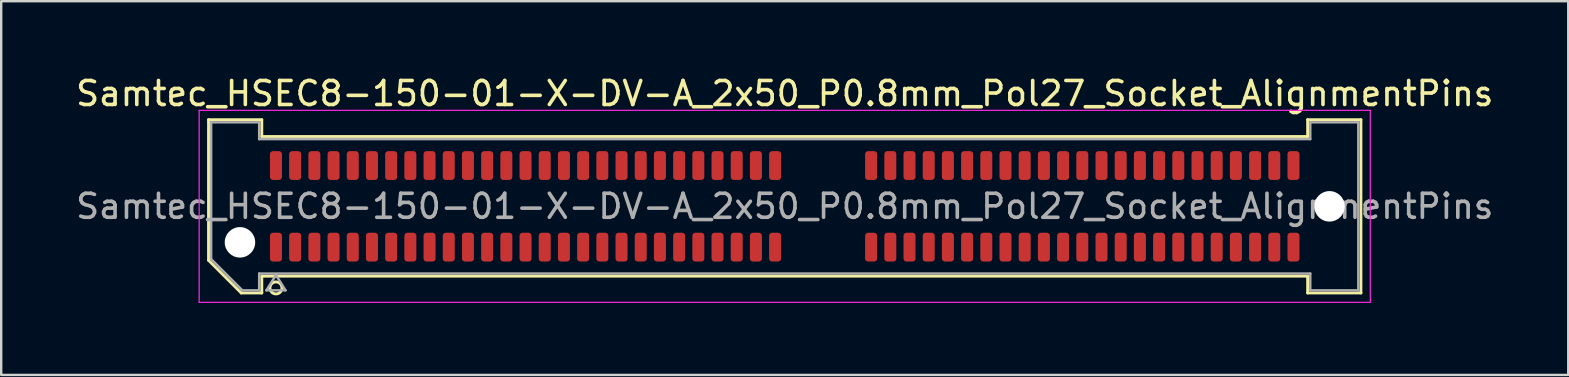
<source format=kicad_pcb>
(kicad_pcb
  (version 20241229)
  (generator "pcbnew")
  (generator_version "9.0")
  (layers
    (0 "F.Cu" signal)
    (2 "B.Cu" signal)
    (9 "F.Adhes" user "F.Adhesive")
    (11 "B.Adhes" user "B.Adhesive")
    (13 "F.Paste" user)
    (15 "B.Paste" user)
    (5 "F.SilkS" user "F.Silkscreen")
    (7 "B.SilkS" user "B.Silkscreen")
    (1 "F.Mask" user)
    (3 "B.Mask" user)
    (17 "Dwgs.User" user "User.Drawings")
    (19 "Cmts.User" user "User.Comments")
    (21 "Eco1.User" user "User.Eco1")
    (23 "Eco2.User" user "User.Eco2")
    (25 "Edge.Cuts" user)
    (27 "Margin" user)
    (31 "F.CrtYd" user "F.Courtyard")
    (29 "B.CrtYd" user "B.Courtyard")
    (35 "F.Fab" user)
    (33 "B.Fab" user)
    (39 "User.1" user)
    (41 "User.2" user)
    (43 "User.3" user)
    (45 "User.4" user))
  (footprint "Samtec_HSEC8-150-01-X-DV-A_2x50_P0.8mm_Pol27_Socket_AlignmentPins"
    (layer "F.Cu")
    (at 29.649 5.548)
    (property "Reference" "Samtec_HSEC8-150-01-X-DV-A_2x50_P0.8mm_Pol27_Socket_AlignmentPins" (at 0 -4.7 0) (layer "F.SilkS") (effects (font (size 1 1) (thickness 0.15))))
    (attr smd)
    (fp_line (start -24.01 -3.61) (end -21.79 -3.61) (stroke (width 0.12) (type solid)) (layer "F.SilkS"))
    (fp_line (start -24.01 2.246) (end -24.01 -3.61) (stroke (width 0.12) (type solid)) (layer "F.SilkS"))
    (fp_line (start -22.646 3.61) (end -24.01 2.246) (stroke (width 0.12) (type solid)) (layer "F.SilkS"))
    (fp_line (start -21.79 -3.61) (end -21.79 -2.91) (stroke (width 0.12) (type solid)) (layer "F.SilkS"))
    (fp_line (start -21.79 -2.91) (end 21.79 -2.91) (stroke (width 0.12) (type solid)) (layer "F.SilkS"))
    (fp_line (start -21.79 2.91) (end -21.79 3.61) (stroke (width 0.12) (type solid)) (layer "F.SilkS"))
    (fp_line (start -21.79 3.61) (end -22.646 3.61) (stroke (width 0.12) (type solid)) (layer "F.SilkS"))
    (fp_line (start 21.79 -3.61) (end 24.01 -3.61) (stroke (width 0.12) (type solid)) (layer "F.SilkS"))
    (fp_line (start 21.79 -2.91) (end 21.79 -3.61) (stroke (width 0.12) (type solid)) (layer "F.SilkS"))
    (fp_line (start 21.79 2.91) (end -21.79 2.91) (stroke (width 0.12) (type solid)) (layer "F.SilkS"))
    (fp_line (start 21.79 3.61) (end 21.79 2.91) (stroke (width 0.12) (type solid)) (layer "F.SilkS"))
    (fp_line (start 24.01 -3.61) (end 24.01 3.61) (stroke (width 0.12) (type solid)) (layer "F.SilkS"))
    (fp_line (start 24.01 3.61) (end 21.79 3.61) (stroke (width 0.12) (type solid)) (layer "F.SilkS"))
    (fp_circle (center -21.2 3.4) (end -20.95 3.4) (stroke (width 0.12) (type solid)) (fill no) (layer "F.SilkS"))
    (fp_line (start -24.4 -4) (end -24.4 4) (stroke (width 0.05) (type solid)) (layer "F.CrtYd"))
    (fp_line (start -24.4 4) (end 24.4 4) (stroke (width 0.05) (type solid)) (layer "F.CrtYd"))
    (fp_line (start 24.4 -4) (end -24.4 -4) (stroke (width 0.05) (type solid)) (layer "F.CrtYd"))
    (fp_line (start 24.4 4) (end 24.4 -4) (stroke (width 0.05) (type solid)) (layer "F.CrtYd"))
    (fp_line (start -23.9 -3.5) (end -21.9 -3.5) (stroke (width 0.1) (type solid)) (layer "F.Fab"))
    (fp_line (start -23.9 2.2) (end -23.9 -3.5) (stroke (width 0.1) (type solid)) (layer "F.Fab"))
    (fp_line (start -22.6 3.5) (end -23.9 2.2) (stroke (width 0.1) (type solid)) (layer "F.Fab"))
    (fp_line (start -21.9 -3.5) (end -21.9 -2.8) (stroke (width 0.1) (type solid)) (layer "F.Fab"))
    (fp_line (start -21.9 -2.8) (end 21.9 -2.8) (stroke (width 0.1) (type solid)) (layer "F.Fab"))
    (fp_line (start -21.9 2.8) (end -21.9 3.5) (stroke (width 0.1) (type solid)) (layer "F.Fab"))
    (fp_line (start -21.9 3.5) (end -22.6 3.5) (stroke (width 0.1) (type solid)) (layer "F.Fab"))
    (fp_line (start -21.6 3.5) (end -21.2 2.86) (stroke (width 0.1) (type solid)) (layer "F.Fab"))
    (fp_line (start -21.2 2.86) (end -20.8 3.5) (stroke (width 0.1) (type solid)) (layer "F.Fab"))
    (fp_line (start -20.8 3.5) (end -21.6 3.5) (stroke (width 0.1) (type solid)) (layer "F.Fab"))
    (fp_line (start 21.9 -3.5) (end 23.9 -3.5) (stroke (width 0.1) (type solid)) (layer "F.Fab"))
    (fp_line (start 21.9 -2.8) (end 21.9 -3.5) (stroke (width 0.1) (type solid)) (layer "F.Fab"))
    (fp_line (start 21.9 2.8) (end -21.9 2.8) (stroke (width 0.1) (type solid)) (layer "F.Fab"))
    (fp_line (start 21.9 3.5) (end 21.9 2.8) (stroke (width 0.1) (type solid)) (layer "F.Fab"))
    (fp_line (start 23.9 -3.5) (end 23.9 3.5) (stroke (width 0.1) (type solid)) (layer "F.Fab"))
    (fp_line (start 23.9 3.5) (end 21.9 3.5) (stroke (width 0.1) (type solid)) (layer "F.Fab"))
    (fp_text user "${REFERENCE}" (at 0 0 0) (layer "F.Fab") (effects (font (size 1 1) (thickness 0.15))))
    (pad "" np_thru_hole circle (at -22.7 1.5) (size 1.27 1.27) (drill 1.27) (layers "*.Cu" "*.Mask"))
    (pad "" np_thru_hole circle (at 22.7 0) (size 1.27 1.27) (drill 1.27) (layers "*.Cu" "*.Mask"))
    (pad "1" smd roundrect (at -21.2 1.7) (size 0.5 1.2) (layers "F.Cu" "F.Mask" "F.Paste") (roundrect_rratio 0.25))
    (pad "2" smd roundrect (at -21.2 -1.7) (size 0.5 1.2) (layers "F.Cu" "F.Mask" "F.Paste") (roundrect_rratio 0.25))
    (pad "3" smd roundrect (at -20.4 1.7) (size 0.5 1.2) (layers "F.Cu" "F.Mask" "F.Paste") (roundrect_rratio 0.25))
    (pad "4" smd roundrect (at -20.4 -1.7) (size 0.5 1.2) (layers "F.Cu" "F.Mask" "F.Paste") (roundrect_rratio 0.25))
    (pad "5" smd roundrect (at -19.6 1.7) (size 0.5 1.2) (layers "F.Cu" "F.Mask" "F.Paste") (roundrect_rratio 0.25))
    (pad "6" smd roundrect (at -19.6 -1.7) (size 0.5 1.2) (layers "F.Cu" "F.Mask" "F.Paste") (roundrect_rratio 0.25))
    (pad "7" smd roundrect (at -18.8 1.7) (size 0.5 1.2) (layers "F.Cu" "F.Mask" "F.Paste") (roundrect_rratio 0.25))
    (pad "8" smd roundrect (at -18.8 -1.7) (size 0.5 1.2) (layers "F.Cu" "F.Mask" "F.Paste") (roundrect_rratio 0.25))
    (pad "9" smd roundrect (at -18 1.7) (size 0.5 1.2) (layers "F.Cu" "F.Mask" "F.Paste") (roundrect_rratio 0.25))
    (pad "10" smd roundrect (at -18 -1.7) (size 0.5 1.2) (layers "F.Cu" "F.Mask" "F.Paste") (roundrect_rratio 0.25))
    (pad "11" smd roundrect (at -17.2 1.7) (size 0.5 1.2) (layers "F.Cu" "F.Mask" "F.Paste") (roundrect_rratio 0.25))
    (pad "12" smd roundrect (at -17.2 -1.7) (size 0.5 1.2) (layers "F.Cu" "F.Mask" "F.Paste") (roundrect_rratio 0.25))
    (pad "13" smd roundrect (at -16.4 1.7) (size 0.5 1.2) (layers "F.Cu" "F.Mask" "F.Paste") (roundrect_rratio 0.25))
    (pad "14" smd roundrect (at -16.4 -1.7) (size 0.5 1.2) (layers "F.Cu" "F.Mask" "F.Paste") (roundrect_rratio 0.25))
    (pad "15" smd roundrect (at -15.6 1.7) (size 0.5 1.2) (layers "F.Cu" "F.Mask" "F.Paste") (roundrect_rratio 0.25))
    (pad "16" smd roundrect (at -15.6 -1.7) (size 0.5 1.2) (layers "F.Cu" "F.Mask" "F.Paste") (roundrect_rratio 0.25))
    (pad "17" smd roundrect (at -14.8 1.7) (size 0.5 1.2) (layers "F.Cu" "F.Mask" "F.Paste") (roundrect_rratio 0.25))
    (pad "18" smd roundrect (at -14.8 -1.7) (size 0.5 1.2) (layers "F.Cu" "F.Mask" "F.Paste") (roundrect_rratio 0.25))
    (pad "19" smd roundrect (at -14 1.7) (size 0.5 1.2) (layers "F.Cu" "F.Mask" "F.Paste") (roundrect_rratio 0.25))
    (pad "20" smd roundrect (at -14 -1.7) (size 0.5 1.2) (layers "F.Cu" "F.Mask" "F.Paste") (roundrect_rratio 0.25))
    (pad "21" smd roundrect (at -13.2 1.7) (size 0.5 1.2) (layers "F.Cu" "F.Mask" "F.Paste") (roundrect_rratio 0.25))
    (pad "22" smd roundrect (at -13.2 -1.7) (size 0.5 1.2) (layers "F.Cu" "F.Mask" "F.Paste") (roundrect_rratio 0.25))
    (pad "23" smd roundrect (at -12.4 1.7) (size 0.5 1.2) (layers "F.Cu" "F.Mask" "F.Paste") (roundrect_rratio 0.25))
    (pad "24" smd roundrect (at -12.4 -1.7) (size 0.5 1.2) (layers "F.Cu" "F.Mask" "F.Paste") (roundrect_rratio 0.25))
    (pad "25" smd roundrect (at -11.6 1.7) (size 0.5 1.2) (layers "F.Cu" "F.Mask" "F.Paste") (roundrect_rratio 0.25))
    (pad "26" smd roundrect (at -11.6 -1.7) (size 0.5 1.2) (layers "F.Cu" "F.Mask" "F.Paste") (roundrect_rratio 0.25))
    (pad "27" smd roundrect (at -10.8 1.7) (size 0.5 1.2) (layers "F.Cu" "F.Mask" "F.Paste") (roundrect_rratio 0.25))
    (pad "28" smd roundrect (at -10.8 -1.7) (size 0.5 1.2) (layers "F.Cu" "F.Mask" "F.Paste") (roundrect_rratio 0.25))
    (pad "29" smd roundrect (at -10 1.7) (size 0.5 1.2) (layers "F.Cu" "F.Mask" "F.Paste") (roundrect_rratio 0.25))
    (pad "30" smd roundrect (at -10 -1.7) (size 0.5 1.2) (layers "F.Cu" "F.Mask" "F.Paste") (roundrect_rratio 0.25))
    (pad "31" smd roundrect (at -9.2 1.7) (size 0.5 1.2) (layers "F.Cu" "F.Mask" "F.Paste") (roundrect_rratio 0.25))
    (pad "32" smd roundrect (at -9.2 -1.7) (size 0.5 1.2) (layers "F.Cu" "F.Mask" "F.Paste") (roundrect_rratio 0.25))
    (pad "33" smd roundrect (at -8.4 1.7) (size 0.5 1.2) (layers "F.Cu" "F.Mask" "F.Paste") (roundrect_rratio 0.25))
    (pad "34" smd roundrect (at -8.4 -1.7) (size 0.5 1.2) (layers "F.Cu" "F.Mask" "F.Paste") (roundrect_rratio 0.25))
    (pad "35" smd roundrect (at -7.6 1.7) (size 0.5 1.2) (layers "F.Cu" "F.Mask" "F.Paste") (roundrect_rratio 0.25))
    (pad "36" smd roundrect (at -7.6 -1.7) (size 0.5 1.2) (layers "F.Cu" "F.Mask" "F.Paste") (roundrect_rratio 0.25))
    (pad "37" smd roundrect (at -6.8 1.7) (size 0.5 1.2) (layers "F.Cu" "F.Mask" "F.Paste") (roundrect_rratio 0.25))
    (pad "38" smd roundrect (at -6.8 -1.7) (size 0.5 1.2) (layers "F.Cu" "F.Mask" "F.Paste") (roundrect_rratio 0.25))
    (pad "39" smd roundrect (at -6 1.7) (size 0.5 1.2) (layers "F.Cu" "F.Mask" "F.Paste") (roundrect_rratio 0.25))
    (pad "40" smd roundrect (at -6 -1.7) (size 0.5 1.2) (layers "F.Cu" "F.Mask" "F.Paste") (roundrect_rratio 0.25))
    (pad "41" smd roundrect (at -5.2 1.7) (size 0.5 1.2) (layers "F.Cu" "F.Mask" "F.Paste") (roundrect_rratio 0.25))
    (pad "42" smd roundrect (at -5.2 -1.7) (size 0.5 1.2) (layers "F.Cu" "F.Mask" "F.Paste") (roundrect_rratio 0.25))
    (pad "43" smd roundrect (at -4.4 1.7) (size 0.5 1.2) (layers "F.Cu" "F.Mask" "F.Paste") (roundrect_rratio 0.25))
    (pad "44" smd roundrect (at -4.4 -1.7) (size 0.5 1.2) (layers "F.Cu" "F.Mask" "F.Paste") (roundrect_rratio 0.25))
    (pad "45" smd roundrect (at -3.6 1.7) (size 0.5 1.2) (layers "F.Cu" "F.Mask" "F.Paste") (roundrect_rratio 0.25))
    (pad "46" smd roundrect (at -3.6 -1.7) (size 0.5 1.2) (layers "F.Cu" "F.Mask" "F.Paste") (roundrect_rratio 0.25))
    (pad "47" smd roundrect (at -2.8 1.7) (size 0.5 1.2) (layers "F.Cu" "F.Mask" "F.Paste") (roundrect_rratio 0.25))
    (pad "48" smd roundrect (at -2.8 -1.7) (size 0.5 1.2) (layers "F.Cu" "F.Mask" "F.Paste") (roundrect_rratio 0.25))
    (pad "49" smd roundrect (at -2 1.7) (size 0.5 1.2) (layers "F.Cu" "F.Mask" "F.Paste") (roundrect_rratio 0.25))
    (pad "50" smd roundrect (at -2 -1.7) (size 0.5 1.2) (layers "F.Cu" "F.Mask" "F.Paste") (roundrect_rratio 0.25))
    (pad "51" smd roundrect (at -1.2 1.7) (size 0.5 1.2) (layers "F.Cu" "F.Mask" "F.Paste") (roundrect_rratio 0.25))
    (pad "52" smd roundrect (at -1.2 -1.7) (size 0.5 1.2) (layers "F.Cu" "F.Mask" "F.Paste") (roundrect_rratio 0.25))
    (pad "53" smd roundrect (at -0.4 1.7) (size 0.5 1.2) (layers "F.Cu" "F.Mask" "F.Paste") (roundrect_rratio 0.25))
    (pad "54" smd roundrect (at -0.4 -1.7) (size 0.5 1.2) (layers "F.Cu" "F.Mask" "F.Paste") (roundrect_rratio 0.25))
    (pad "55" smd roundrect (at 3.6 1.7) (size 0.5 1.2) (layers "F.Cu" "F.Mask" "F.Paste") (roundrect_rratio 0.25))
    (pad "56" smd roundrect (at 3.6 -1.7) (size 0.5 1.2) (layers "F.Cu" "F.Mask" "F.Paste") (roundrect_rratio 0.25))
    (pad "57" smd roundrect (at 4.4 1.7) (size 0.5 1.2) (layers "F.Cu" "F.Mask" "F.Paste") (roundrect_rratio 0.25))
    (pad "58" smd roundrect (at 4.4 -1.7) (size 0.5 1.2) (layers "F.Cu" "F.Mask" "F.Paste") (roundrect_rratio 0.25))
    (pad "59" smd roundrect (at 5.2 1.7) (size 0.5 1.2) (layers "F.Cu" "F.Mask" "F.Paste") (roundrect_rratio 0.25))
    (pad "60" smd roundrect (at 5.2 -1.7) (size 0.5 1.2) (layers "F.Cu" "F.Mask" "F.Paste") (roundrect_rratio 0.25))
    (pad "61" smd roundrect (at 6 1.7) (size 0.5 1.2) (layers "F.Cu" "F.Mask" "F.Paste") (roundrect_rratio 0.25))
    (pad "62" smd roundrect (at 6 -1.7) (size 0.5 1.2) (layers "F.Cu" "F.Mask" "F.Paste") (roundrect_rratio 0.25))
    (pad "63" smd roundrect (at 6.8 1.7) (size 0.5 1.2) (layers "F.Cu" "F.Mask" "F.Paste") (roundrect_rratio 0.25))
    (pad "64" smd roundrect (at 6.8 -1.7) (size 0.5 1.2) (layers "F.Cu" "F.Mask" "F.Paste") (roundrect_rratio 0.25))
    (pad "65" smd roundrect (at 7.6 1.7) (size 0.5 1.2) (layers "F.Cu" "F.Mask" "F.Paste") (roundrect_rratio 0.25))
    (pad "66" smd roundrect (at 7.6 -1.7) (size 0.5 1.2) (layers "F.Cu" "F.Mask" "F.Paste") (roundrect_rratio 0.25))
    (pad "67" smd roundrect (at 8.4 1.7) (size 0.5 1.2) (layers "F.Cu" "F.Mask" "F.Paste") (roundrect_rratio 0.25))
    (pad "68" smd roundrect (at 8.4 -1.7) (size 0.5 1.2) (layers "F.Cu" "F.Mask" "F.Paste") (roundrect_rratio 0.25))
    (pad "69" smd roundrect (at 9.2 1.7) (size 0.5 1.2) (layers "F.Cu" "F.Mask" "F.Paste") (roundrect_rratio 0.25))
    (pad "70" smd roundrect (at 9.2 -1.7) (size 0.5 1.2) (layers "F.Cu" "F.Mask" "F.Paste") (roundrect_rratio 0.25))
    (pad "71" smd roundrect (at 10 1.7) (size 0.5 1.2) (layers "F.Cu" "F.Mask" "F.Paste") (roundrect_rratio 0.25))
    (pad "72" smd roundrect (at 10 -1.7) (size 0.5 1.2) (layers "F.Cu" "F.Mask" "F.Paste") (roundrect_rratio 0.25))
    (pad "73" smd roundrect (at 10.8 1.7) (size 0.5 1.2) (layers "F.Cu" "F.Mask" "F.Paste") (roundrect_rratio 0.25))
    (pad "74" smd roundrect (at 10.8 -1.7) (size 0.5 1.2) (layers "F.Cu" "F.Mask" "F.Paste") (roundrect_rratio 0.25))
    (pad "75" smd roundrect (at 11.6 1.7) (size 0.5 1.2) (layers "F.Cu" "F.Mask" "F.Paste") (roundrect_rratio 0.25))
    (pad "76" smd roundrect (at 11.6 -1.7) (size 0.5 1.2) (layers "F.Cu" "F.Mask" "F.Paste") (roundrect_rratio 0.25))
    (pad "77" smd roundrect (at 12.4 1.7) (size 0.5 1.2) (layers "F.Cu" "F.Mask" "F.Paste") (roundrect_rratio 0.25))
    (pad "78" smd roundrect (at 12.4 -1.7) (size 0.5 1.2) (layers "F.Cu" "F.Mask" "F.Paste") (roundrect_rratio 0.25))
    (pad "79" smd roundrect (at 13.2 1.7) (size 0.5 1.2) (layers "F.Cu" "F.Mask" "F.Paste") (roundrect_rratio 0.25))
    (pad "80" smd roundrect (at 13.2 -1.7) (size 0.5 1.2) (layers "F.Cu" "F.Mask" "F.Paste") (roundrect_rratio 0.25))
    (pad "81" smd roundrect (at 14 1.7) (size 0.5 1.2) (layers "F.Cu" "F.Mask" "F.Paste") (roundrect_rratio 0.25))
    (pad "82" smd roundrect (at 14 -1.7) (size 0.5 1.2) (layers "F.Cu" "F.Mask" "F.Paste") (roundrect_rratio 0.25))
    (pad "83" smd roundrect (at 14.8 1.7) (size 0.5 1.2) (layers "F.Cu" "F.Mask" "F.Paste") (roundrect_rratio 0.25))
    (pad "84" smd roundrect (at 14.8 -1.7) (size 0.5 1.2) (layers "F.Cu" "F.Mask" "F.Paste") (roundrect_rratio 0.25))
    (pad "85" smd roundrect (at 15.6 1.7) (size 0.5 1.2) (layers "F.Cu" "F.Mask" "F.Paste") (roundrect_rratio 0.25))
    (pad "86" smd roundrect (at 15.6 -1.7) (size 0.5 1.2) (layers "F.Cu" "F.Mask" "F.Paste") (roundrect_rratio 0.25))
    (pad "87" smd roundrect (at 16.4 1.7) (size 0.5 1.2) (layers "F.Cu" "F.Mask" "F.Paste") (roundrect_rratio 0.25))
    (pad "88" smd roundrect (at 16.4 -1.7) (size 0.5 1.2) (layers "F.Cu" "F.Mask" "F.Paste") (roundrect_rratio 0.25))
    (pad "89" smd roundrect (at 17.2 1.7) (size 0.5 1.2) (layers "F.Cu" "F.Mask" "F.Paste") (roundrect_rratio 0.25))
    (pad "90" smd roundrect (at 17.2 -1.7) (size 0.5 1.2) (layers "F.Cu" "F.Mask" "F.Paste") (roundrect_rratio 0.25))
    (pad "91" smd roundrect (at 18 1.7) (size 0.5 1.2) (layers "F.Cu" "F.Mask" "F.Paste") (roundrect_rratio 0.25))
    (pad "92" smd roundrect (at 18 -1.7) (size 0.5 1.2) (layers "F.Cu" "F.Mask" "F.Paste") (roundrect_rratio 0.25))
    (pad "93" smd roundrect (at 18.8 1.7) (size 0.5 1.2) (layers "F.Cu" "F.Mask" "F.Paste") (roundrect_rratio 0.25))
    (pad "94" smd roundrect (at 18.8 -1.7) (size 0.5 1.2) (layers "F.Cu" "F.Mask" "F.Paste") (roundrect_rratio 0.25))
    (pad "95" smd roundrect (at 19.6 1.7) (size 0.5 1.2) (layers "F.Cu" "F.Mask" "F.Paste") (roundrect_rratio 0.25))
    (pad "96" smd roundrect (at 19.6 -1.7) (size 0.5 1.2) (layers "F.Cu" "F.Mask" "F.Paste") (roundrect_rratio 0.25))
    (pad "97" smd roundrect (at 20.4 1.7) (size 0.5 1.2) (layers "F.Cu" "F.Mask" "F.Paste") (roundrect_rratio 0.25))
    (pad "98" smd roundrect (at 20.4 -1.7) (size 0.5 1.2) (layers "F.Cu" "F.Mask" "F.Paste") (roundrect_rratio 0.25))
    (pad "99" smd roundrect (at 21.2 1.7) (size 0.5 1.2) (layers "F.Cu" "F.Mask" "F.Paste") (roundrect_rratio 0.25))
    (pad "100" smd roundrect (at 21.2 -1.7) (size 0.5 1.2) (layers "F.Cu" "F.Mask" "F.Paste") (roundrect_rratio 0.25)))
  (gr_rect
    (start -3 -3)
    (end 62.298 12.573)
    (stroke (width 0.1) (type default))
    (fill no)
    (layer "Edge.Cuts")))
</source>
